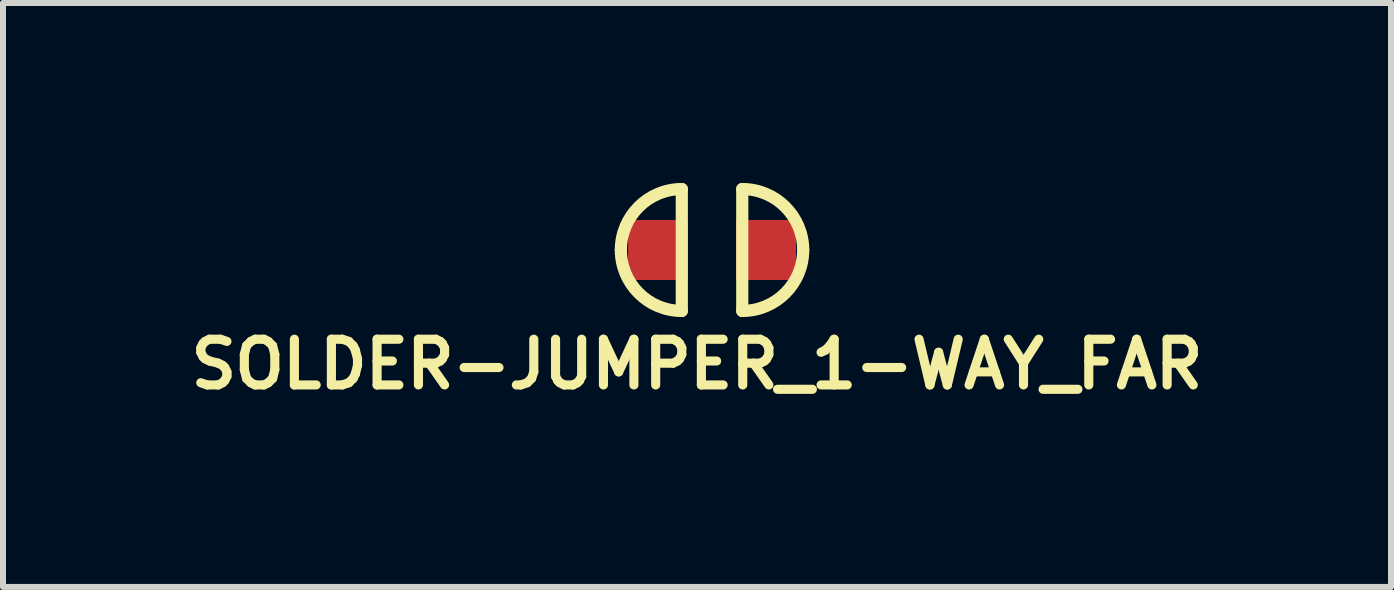
<source format=kicad_pcb>
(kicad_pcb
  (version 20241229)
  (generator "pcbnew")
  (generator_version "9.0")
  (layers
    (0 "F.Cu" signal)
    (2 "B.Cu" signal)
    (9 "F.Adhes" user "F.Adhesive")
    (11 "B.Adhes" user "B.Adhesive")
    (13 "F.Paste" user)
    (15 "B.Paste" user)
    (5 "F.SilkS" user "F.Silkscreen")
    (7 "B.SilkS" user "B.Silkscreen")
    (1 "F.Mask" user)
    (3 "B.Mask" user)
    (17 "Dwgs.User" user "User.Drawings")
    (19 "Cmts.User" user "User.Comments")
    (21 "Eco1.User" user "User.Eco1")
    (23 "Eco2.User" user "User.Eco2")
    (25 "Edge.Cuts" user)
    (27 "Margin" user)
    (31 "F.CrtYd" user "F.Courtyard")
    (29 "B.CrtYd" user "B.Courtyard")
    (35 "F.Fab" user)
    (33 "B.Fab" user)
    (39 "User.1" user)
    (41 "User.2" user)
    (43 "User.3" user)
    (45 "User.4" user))
  (footprint "SOLDER-JUMPER_1-WAY_FAR"
    (layer "F.Cu")
    (at 9.071 1.118)
    (property "Reference" "SOLDER-JUMPER_1-WAY_FAR" (at -0.5 1.905 0) (layer "F.SilkS") (effects (font (size 0.762 0.762) (thickness 0.152))))
    (attr through_hole)
    (fp_line (start -0.754 -1.016) (end -0.754 1.016) (stroke (width 0.203) (type solid)) (layer "F.SilkS"))
    (fp_line (start 0.254 1.016) (end 0.254 -1.016) (stroke (width 0.203) (type solid)) (layer "F.SilkS"))
    (fp_arc (start -1.77 0) (mid -1.47242 -0.71842) (end -0.754 -1.016) (stroke (width 0.2032) (type solid)) (layer "F.SilkS"))
    (fp_arc (start -0.754 1.016) (mid -1.47242 0.71842) (end -1.77 0) (stroke (width 0.2032) (type solid)) (layer "F.SilkS"))
    (fp_arc (start 0.254 -1.016) (mid 0.97242 -0.71842) (end 1.27 0) (stroke (width 0.2032) (type solid)) (layer "F.SilkS"))
    (fp_arc (start 1.27 0) (mid 0.97242 0.71842) (end 0.254 1.016) (stroke (width 0.2032) (type solid)) (layer "F.SilkS"))
    (pad "1" smd rect (at -1.15 0) (size 1 1) (layers "F.Cu" "F.Mask" "F.Paste"))
    (pad "2" smd rect (at 0.65 0) (size 1 1) (layers "F.Cu" "F.Mask" "F.Paste")))
  (gr_rect
    (start -3 -3)
    (end 20.141 6.736)
    (stroke (width 0.1) (type default))
    (fill no)
    (layer "Edge.Cuts")))
</source>
